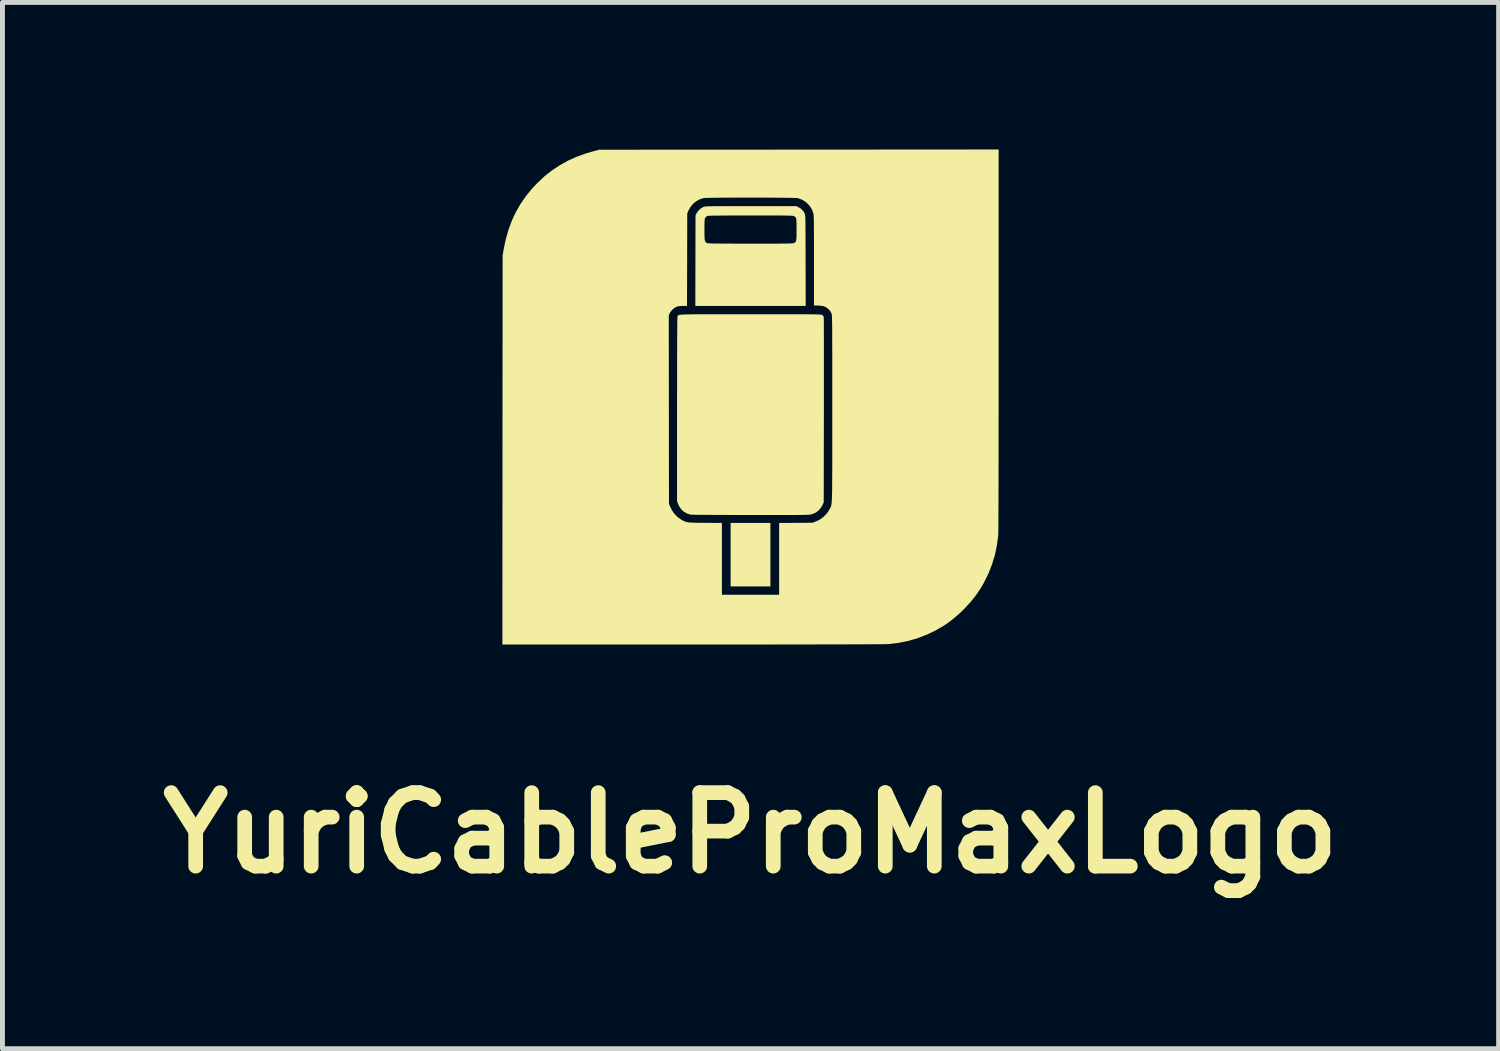
<source format=kicad_pcb>
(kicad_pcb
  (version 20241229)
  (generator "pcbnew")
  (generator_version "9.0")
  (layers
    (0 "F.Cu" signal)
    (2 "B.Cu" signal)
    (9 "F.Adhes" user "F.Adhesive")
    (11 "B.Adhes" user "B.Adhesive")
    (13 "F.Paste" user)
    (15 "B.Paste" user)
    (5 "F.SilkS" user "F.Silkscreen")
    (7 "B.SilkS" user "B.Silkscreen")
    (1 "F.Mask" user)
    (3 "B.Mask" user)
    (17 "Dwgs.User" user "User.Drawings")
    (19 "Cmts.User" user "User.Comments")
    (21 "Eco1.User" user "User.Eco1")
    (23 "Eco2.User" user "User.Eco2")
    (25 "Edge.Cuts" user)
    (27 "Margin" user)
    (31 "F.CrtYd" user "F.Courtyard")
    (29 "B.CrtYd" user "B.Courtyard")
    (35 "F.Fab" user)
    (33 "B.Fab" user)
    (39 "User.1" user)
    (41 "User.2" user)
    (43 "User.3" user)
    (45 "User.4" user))
  (footprint "YuriCableProMaxLogo"
    (layer "F.Cu")
    (at 12.264 5.055)
    (property "Reference" "YuriCableProMaxLogo" (at 0 8.89 0) (layer "F.SilkS") (effects (font (size 1.5 1.5) (thickness 0.3))))
    (attr board_only exclude_from_pos_files exclude_from_bom)
    (fp_poly (pts (xy 0.406 3.213) (xy 0.406 3.861) (xy 0 3.861) (xy -0.406 3.861) (xy -0.406 3.213) (xy -0.406 2.565) (xy 0 2.565) (xy 0.406 2.565)) (stroke (width 0) (type solid)) (fill yes) (layer "F.SilkS"))
    (fp_poly (pts (xy -0.137 -1.693) (xy 0.006 -1.693) (xy 0.188 -1.693) (xy 0.354 -1.693) (xy 0.505 -1.693) (xy 0.641 -1.693) (xy 0.763 -1.693) (xy 0.872 -1.693) (xy 0.969 -1.693) (xy 1.054 -1.692) (xy 1.129 -1.692) (xy 1.193 -1.692) (xy 1.248 -1.691) (xy 1.295 -1.691) (xy 1.334 -1.69) (xy 1.365 -1.689) (xy 1.391 -1.688) (xy 1.411 -1.687) (xy 1.427 -1.686) (xy 1.439 -1.684) (xy 1.447 -1.683) (xy 1.453 -1.681) (xy 1.458 -1.679) (xy 1.462 -1.677) (xy 1.462 -1.677) (xy 1.482 -1.661) (xy 1.494 -1.643) (xy 1.494 -1.641) (xy 1.495 -1.631) (xy 1.495 -1.604) (xy 1.496 -1.562) (xy 1.496 -1.506) (xy 1.496 -1.436) (xy 1.496 -1.353) (xy 1.497 -1.257) (xy 1.497 -1.15) (xy 1.497 -1.032) (xy 1.497 -0.904) (xy 1.497 -0.767) (xy 1.497 -0.621) (xy 1.497 -0.468) (xy 1.497 -0.308) (xy 1.497 -0.141) (xy 1.497 0.03) (xy 1.497 0.207) (xy 1.497 0.262) (xy 1.494 2.146) (xy 1.467 2.203) (xy 1.427 2.269) (xy 1.376 2.322) (xy 1.313 2.364) (xy 1.242 2.391) (xy 1.241 2.391) (xy 1.232 2.393) (xy 1.221 2.395) (xy 1.206 2.396) (xy 1.187 2.398) (xy 1.162 2.399) (xy 1.132 2.4) (xy 1.094 2.401) (xy 1.049 2.402) (xy 0.995 2.402) (xy 0.931 2.403) (xy 0.858 2.403) (xy 0.773 2.403) (xy 0.676 2.404) (xy 0.566 2.404) (xy 0.443 2.404) (xy 0.305 2.404) (xy 0.152 2.404) (xy 0.000338 2.404) (xy -0.141 2.403) (xy -0.278 2.403) (xy -0.409 2.403) (xy -0.535 2.402) (xy -0.653 2.402) (xy -0.763 2.401) (xy -0.864 2.401) (xy -0.954 2.4) (xy -1.033 2.399) (xy -1.1 2.399) (xy -1.154 2.398) (xy -1.194 2.397) (xy -1.218 2.396) (xy -1.225 2.396) (xy -1.296 2.373) (xy -1.359 2.337) (xy -1.413 2.288) (xy -1.455 2.227) (xy -1.481 2.17) (xy -1.499 2.117) (xy -1.499 0.241) (xy -1.499 0.009) (xy -1.498 -0.206) (xy -1.498 -0.406) (xy -1.498 -0.589) (xy -1.498 -0.756) (xy -1.497 -0.908) (xy -1.497 -1.045) (xy -1.497 -1.167) (xy -1.496 -1.275) (xy -1.495 -1.368) (xy -1.495 -1.448) (xy -1.494 -1.514) (xy -1.493 -1.567) (xy -1.492 -1.607) (xy -1.491 -1.634) (xy -1.49 -1.649) (xy -1.489 -1.652) (xy -1.487 -1.657) (xy -1.484 -1.662) (xy -1.481 -1.666) (xy -1.477 -1.67) (xy -1.47 -1.674) (xy -1.461 -1.677) (xy -1.448 -1.68) (xy -1.431 -1.682) (xy -1.408 -1.684) (xy -1.38 -1.686) (xy -1.345 -1.688) (xy -1.303 -1.689) (xy -1.252 -1.69) (xy -1.193 -1.691) (xy -1.124 -1.692) (xy -1.045 -1.692) (xy -0.954 -1.693) (xy -0.852 -1.693) (xy -0.737 -1.693) (xy -0.609 -1.693) (xy -0.467 -1.693) (xy -0.309 -1.693)) (stroke (width 0) (type solid)) (fill yes) (layer "F.SilkS"))
    (fp_poly (pts (xy 0.984 -3.875) (xy 1.038 -3.84) (xy 1.081 -3.792) (xy 1.104 -3.751) (xy 1.107 -3.745) (xy 1.109 -3.738) (xy 1.111 -3.73) (xy 1.113 -3.72) (xy 1.115 -3.707) (xy 1.117 -3.689) (xy 1.118 -3.666) (xy 1.119 -3.637) (xy 1.12 -3.6) (xy 1.121 -3.556) (xy 1.121 -3.502) (xy 1.122 -3.438) (xy 1.122 -3.363) (xy 1.123 -3.277) (xy 1.123 -3.177) (xy 1.123 -3.063) (xy 1.124 -2.934) (xy 1.124 -2.789) (xy 1.124 -2.788) (xy 1.126 -1.863) (xy 0.000035 -1.863) (xy -1.126 -1.863) (xy -1.124 -2.788) (xy -1.123 -3.421) (xy -0.94 -3.421) (xy -0.94 -3.349) (xy -0.939 -3.291) (xy -0.937 -3.247) (xy -0.934 -3.213) (xy -0.929 -3.189) (xy -0.921 -3.172) (xy -0.912 -3.16) (xy -0.899 -3.151) (xy -0.886 -3.145) (xy -0.879 -3.143) (xy -0.868 -3.141) (xy -0.85 -3.14) (xy -0.826 -3.139) (xy -0.795 -3.137) (xy -0.755 -3.136) (xy -0.705 -3.136) (xy -0.646 -3.135) (xy -0.574 -3.134) (xy -0.491 -3.134) (xy -0.395 -3.134) (xy -0.284 -3.133) (xy -0.159 -3.133) (xy -0.017 -3.133) (xy 0 -3.133) (xy 0.14 -3.133) (xy 0.264 -3.133) (xy 0.373 -3.133) (xy 0.468 -3.133) (xy 0.551 -3.133) (xy 0.621 -3.134) (xy 0.681 -3.134) (xy 0.73 -3.135) (xy 0.771 -3.136) (xy 0.803 -3.137) (xy 0.829 -3.138) (xy 0.848 -3.139) (xy 0.863 -3.141) (xy 0.874 -3.143) (xy 0.882 -3.145) (xy 0.888 -3.147) (xy 0.889 -3.147) (xy 0.903 -3.155) (xy 0.915 -3.164) (xy 0.924 -3.176) (xy 0.93 -3.193) (xy 0.934 -3.217) (xy 0.937 -3.249) (xy 0.939 -3.293) (xy 0.939 -3.349) (xy 0.94 -3.421) (xy 0.939 -3.492) (xy 0.939 -3.548) (xy 0.937 -3.592) (xy 0.934 -3.625) (xy 0.93 -3.648) (xy 0.924 -3.665) (xy 0.915 -3.677) (xy 0.903 -3.686) (xy 0.889 -3.694) (xy 0.883 -3.696) (xy 0.876 -3.698) (xy 0.866 -3.7) (xy 0.852 -3.702) (xy 0.833 -3.703) (xy 0.809 -3.704) (xy 0.778 -3.705) (xy 0.739 -3.706) (xy 0.691 -3.707) (xy 0.634 -3.707) (xy 0.566 -3.708) (xy 0.486 -3.708) (xy 0.393 -3.708) (xy 0.287 -3.708) (xy 0.165 -3.708) (xy 0.029 -3.708) (xy 0.003 -3.708) (xy -0.154 -3.708) (xy -0.295 -3.708) (xy -0.42 -3.708) (xy -0.529 -3.707) (xy -0.623 -3.706) (xy -0.701 -3.706) (xy -0.765 -3.705) (xy -0.814 -3.703) (xy -0.85 -3.702) (xy -0.871 -3.7) (xy -0.879 -3.699) (xy -0.901 -3.686) (xy -0.921 -3.665) (xy -0.923 -3.662) (xy -0.928 -3.653) (xy -0.932 -3.642) (xy -0.935 -3.628) (xy -0.937 -3.608) (xy -0.939 -3.58) (xy -0.939 -3.542) (xy -0.94 -3.491) (xy -0.94 -3.426) (xy -0.94 -3.421) (xy -1.123 -3.421) (xy -1.122 -3.713) (xy -1.099 -3.755) (xy -1.067 -3.803) (xy -1.025 -3.844) (xy -0.978 -3.875) (xy -0.96 -3.883) (xy -0.953 -3.885) (xy -0.945 -3.888) (xy -0.936 -3.89) (xy -0.923 -3.891) (xy -0.906 -3.893) (xy -0.885 -3.894) (xy -0.858 -3.895) (xy -0.824 -3.896) (xy -0.782 -3.897) (xy -0.731 -3.897) (xy -0.671 -3.898) (xy -0.6 -3.898) (xy -0.518 -3.899) (xy -0.423 -3.899) (xy -0.314 -3.899) (xy -0.19 -3.899) (xy -0.052 -3.899) (xy 0.008 -3.899) (xy 0.936 -3.899)) (stroke (width 0) (type solid)) (fill yes) (layer "F.SilkS"))
    (fp_poly (pts (xy 5.063 -1.166) (xy 5.063 -0.824) (xy 5.063 -0.497) (xy 5.063 -0.184) (xy 5.063 0.114) (xy 5.062 0.398) (xy 5.062 0.666) (xy 5.062 0.919) (xy 5.062 1.157) (xy 5.061 1.379) (xy 5.061 1.586) (xy 5.061 1.778) (xy 5.06 1.953) (xy 5.06 2.113) (xy 5.059 2.257) (xy 5.059 2.385) (xy 5.058 2.497) (xy 5.058 2.592) (xy 5.057 2.671) (xy 5.056 2.734) (xy 5.056 2.78) (xy 5.055 2.809) (xy 5.054 2.819) (xy 5.028 3.022) (xy 4.986 3.221) (xy 4.927 3.414) (xy 4.853 3.602) (xy 4.763 3.784) (xy 4.691 3.908) (xy 4.601 4.039) (xy 4.497 4.17) (xy 4.382 4.297) (xy 4.259 4.417) (xy 4.131 4.527) (xy 4 4.625) (xy 3.95 4.658) (xy 3.777 4.759) (xy 3.596 4.845) (xy 3.409 4.917) (xy 3.217 4.973) (xy 3.02 5.013) (xy 2.822 5.036) (xy 2.81 5.037) (xy 2.79 5.038) (xy 2.753 5.039) (xy 2.699 5.04) (xy 2.629 5.04) (xy 2.541 5.041) (xy 2.436 5.041) (xy 2.315 5.042) (xy 2.177 5.043) (xy 2.022 5.043) (xy 1.85 5.044) (xy 1.661 5.044) (xy 1.455 5.044) (xy 1.233 5.045) (xy 0.994 5.045) (xy 0.738 5.045) (xy 0.465 5.046) (xy 0.176 5.046) (xy -0.131 5.046) (xy -0.454 5.046) (xy -0.793 5.046) (xy -1.15 5.046) (xy -1.188 5.046) (xy -5.063 5.046) (xy -5.061 1.077) (xy -5.059 -1.669) (xy -1.668 -1.669) (xy -1.666 0.252) (xy -1.664 2.172) (xy -1.645 2.222) (xy -1.606 2.303) (xy -1.555 2.377) (xy -1.494 2.44) (xy -1.425 2.491) (xy -1.41 2.5) (xy -1.384 2.514) (xy -1.361 2.526) (xy -1.339 2.536) (xy -1.317 2.543) (xy -1.292 2.549) (xy -1.262 2.554) (xy -1.227 2.557) (xy -1.183 2.559) (xy -1.129 2.561) (xy -1.064 2.562) (xy -0.984 2.563) (xy -0.925 2.563) (xy -0.584 2.566) (xy -0.584 3.298) (xy -0.584 4.03) (xy 0 4.03) (xy 0.584 4.03) (xy 0.584 3.298) (xy 0.584 2.566) (xy 0.925 2.564) (xy 1.266 2.561) (xy 1.327 2.538) (xy 1.409 2.5) (xy 1.483 2.447) (xy 1.548 2.382) (xy 1.6 2.309) (xy 1.61 2.29) (xy 1.617 2.278) (xy 1.622 2.268) (xy 1.628 2.259) (xy 1.633 2.25) (xy 1.637 2.24) (xy 1.641 2.229) (xy 1.645 2.216) (xy 1.649 2.201) (xy 1.652 2.182) (xy 1.654 2.159) (xy 1.657 2.132) (xy 1.659 2.1) (xy 1.661 2.061) (xy 1.662 2.017) (xy 1.664 1.964) (xy 1.665 1.904) (xy 1.666 1.836) (xy 1.666 1.758) (xy 1.667 1.67) (xy 1.667 1.571) (xy 1.668 1.462) (xy 1.668 1.34) (xy 1.668 1.206) (xy 1.668 1.058) (xy 1.668 0.896) (xy 1.668 0.72) (xy 1.668 0.529) (xy 1.668 0.321) (xy 1.668 0.23) (xy 1.668 0.019) (xy 1.668 -0.176) (xy 1.668 -0.356) (xy 1.668 -0.52) (xy 1.668 -0.67) (xy 1.668 -0.807) (xy 1.668 -0.931) (xy 1.667 -1.042) (xy 1.667 -1.142) (xy 1.667 -1.231) (xy 1.667 -1.309) (xy 1.666 -1.378) (xy 1.666 -1.439) (xy 1.665 -1.49) (xy 1.664 -1.535) (xy 1.664 -1.572) (xy 1.663 -1.604) (xy 1.662 -1.629) (xy 1.661 -1.65) (xy 1.66 -1.667) (xy 1.659 -1.68) (xy 1.657 -1.69) (xy 1.656 -1.697) (xy 1.654 -1.704) (xy 1.652 -1.709) (xy 1.651 -1.712) (xy 1.625 -1.76) (xy 1.586 -1.803) (xy 1.538 -1.838) (xy 1.52 -1.847) (xy 1.494 -1.857) (xy 1.465 -1.863) (xy 1.428 -1.867) (xy 1.386 -1.87) (xy 1.295 -1.873) (xy 1.295 -2.782) (xy 1.295 -2.946) (xy 1.295 -3.094) (xy 1.295 -3.225) (xy 1.294 -3.341) (xy 1.294 -3.441) (xy 1.293 -3.526) (xy 1.292 -3.596) (xy 1.291 -3.652) (xy 1.289 -3.693) (xy 1.288 -3.721) (xy 1.286 -3.736) (xy 1.262 -3.811) (xy 1.223 -3.881) (xy 1.172 -3.943) (xy 1.111 -3.995) (xy 1.042 -4.035) (xy 0.967 -4.061) (xy 0.958 -4.063) (xy 0.943 -4.065) (xy 0.911 -4.066) (xy 0.866 -4.067) (xy 0.807 -4.068) (xy 0.737 -4.069) (xy 0.657 -4.07) (xy 0.569 -4.071) (xy 0.473 -4.072) (xy 0.371 -4.072) (xy 0.264 -4.073) (xy 0.154 -4.073) (xy 0.042 -4.073) (xy -0.07 -4.073) (xy -0.181 -4.073) (xy -0.291 -4.073) (xy -0.396 -4.072) (xy -0.497 -4.072) (xy -0.591 -4.071) (xy -0.678 -4.07) (xy -0.756 -4.069) (xy -0.823 -4.068) (xy -0.878 -4.067) (xy -0.92 -4.066) (xy -0.948 -4.064) (xy -0.958 -4.063) (xy -1.035 -4.039) (xy -1.106 -4) (xy -1.17 -3.948) (xy -1.223 -3.884) (xy -1.265 -3.811) (xy -1.272 -3.794) (xy -1.291 -3.747) (xy -1.293 -2.805) (xy -1.296 -1.863) (xy -1.374 -1.863) (xy -1.42 -1.861) (xy -1.463 -1.857) (xy -1.496 -1.85) (xy -1.497 -1.85) (xy -1.539 -1.83) (xy -1.581 -1.799) (xy -1.619 -1.76) (xy -1.646 -1.719) (xy -1.65 -1.711) (xy -1.668 -1.669) (xy -5.059 -1.669) (xy -5.058 -2.891) (xy -5.039 -3.006) (xy -4.996 -3.213) (xy -4.941 -3.409) (xy -4.873 -3.595) (xy -4.791 -3.772) (xy -4.695 -3.94) (xy -4.585 -4.1) (xy -4.461 -4.253) (xy -4.352 -4.369) (xy -4.207 -4.505) (xy -4.054 -4.626) (xy -3.893 -4.733) (xy -3.724 -4.827) (xy -3.544 -4.908) (xy -3.353 -4.976) (xy -3.205 -5.019) (xy -3.086 -5.05) (xy 0.988 -5.052) (xy 5.063 -5.055)) (stroke (width 0) (type solid)) (fill yes) (layer "F.SilkS")))
  (gr_rect
    (start -3 -3)
    (end 27.529 18.349)
    (stroke (width 0.1) (type default))
    (fill no)
    (layer "Edge.Cuts")))
</source>
